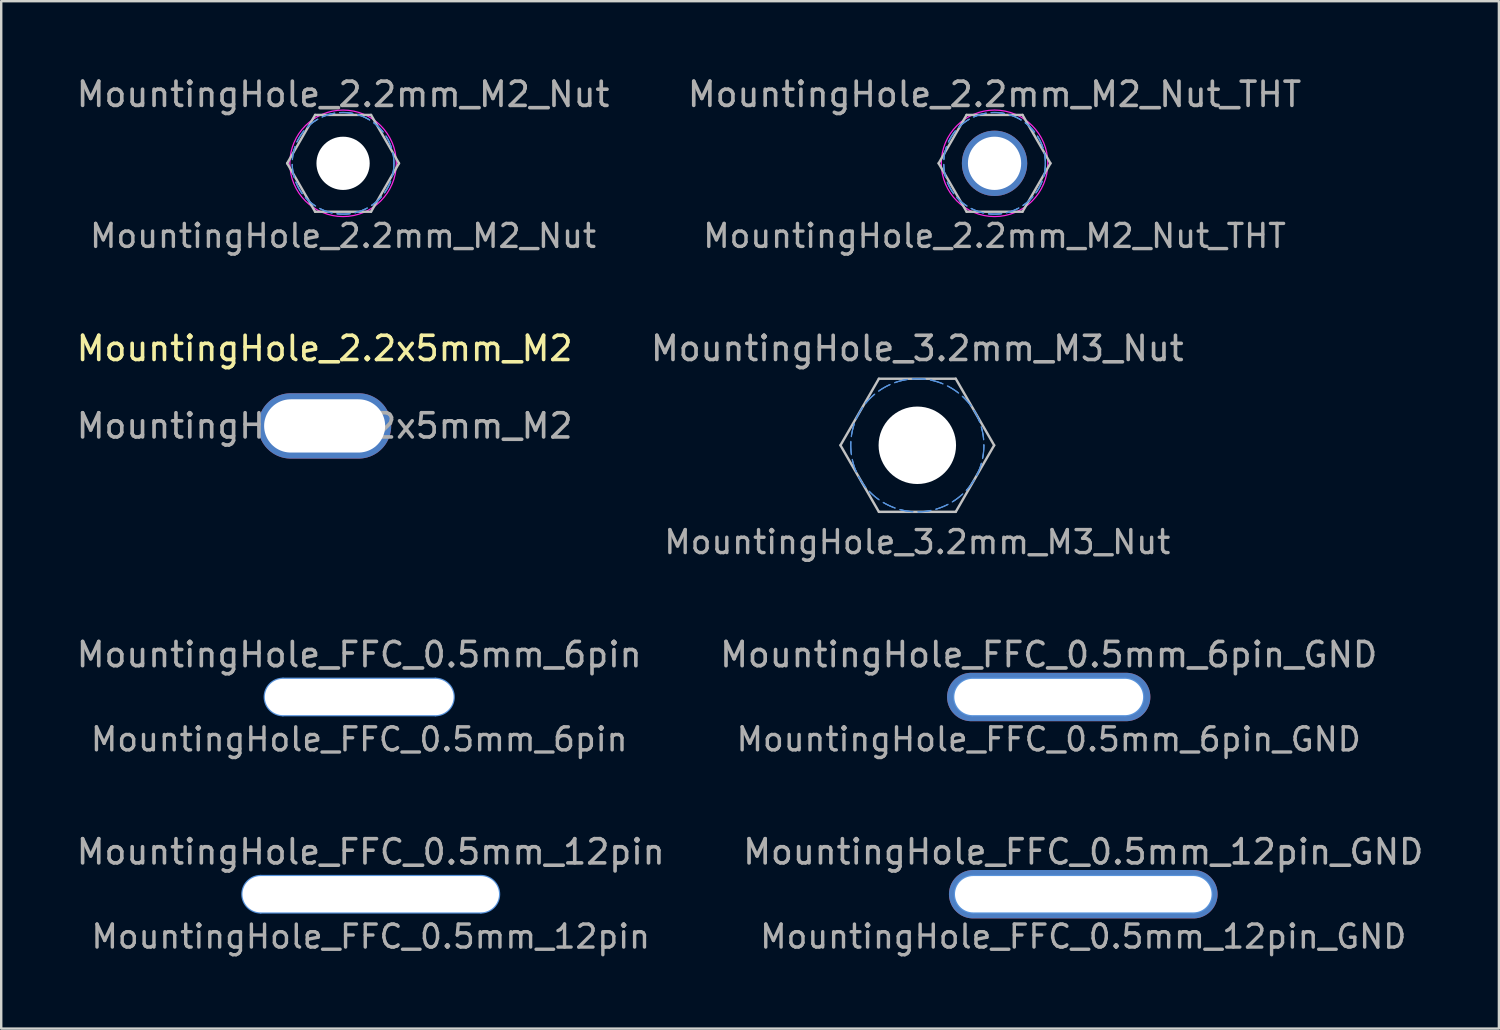
<source format=kicad_pcb>
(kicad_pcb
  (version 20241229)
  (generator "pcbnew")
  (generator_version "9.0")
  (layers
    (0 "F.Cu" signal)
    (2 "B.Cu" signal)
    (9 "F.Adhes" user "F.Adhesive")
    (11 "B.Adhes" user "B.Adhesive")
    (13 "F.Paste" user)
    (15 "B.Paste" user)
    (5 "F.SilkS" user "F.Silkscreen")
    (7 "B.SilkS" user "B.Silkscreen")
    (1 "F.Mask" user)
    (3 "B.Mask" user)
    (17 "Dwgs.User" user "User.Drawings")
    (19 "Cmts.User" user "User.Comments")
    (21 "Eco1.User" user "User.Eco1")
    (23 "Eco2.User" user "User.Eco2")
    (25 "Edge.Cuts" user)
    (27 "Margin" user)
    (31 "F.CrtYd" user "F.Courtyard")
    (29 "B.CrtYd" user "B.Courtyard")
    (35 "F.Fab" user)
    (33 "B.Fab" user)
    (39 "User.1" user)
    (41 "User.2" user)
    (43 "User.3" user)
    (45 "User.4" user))
  (footprint "MountingHole_2.2mm_M2_Nut_THT"
    (layer "F.Cu")
    (at 38.042 3.698)
    (property "Reference" "MountingHole_2.2mm_M2_Nut_THT" (at 0 -2.85 0) (layer "F.Fab") (effects (font (size 1 1) (thickness 0.15))))
    (attr exclude_from_pos_files exclude_from_bom)
    (fp_line (start -2.31 0.000259) (end -1.155 -2) (stroke (width 0.1) (type solid)) (layer "Dwgs.User"))
    (fp_line (start -1.155 -2) (end 1.155 -2) (stroke (width 0.1) (type solid)) (layer "Dwgs.User"))
    (fp_line (start -1.155 2) (end 1.155 2) (stroke (width 0.1) (type solid)) (layer "Dwgs.User"))
    (fp_line (start -1.155 2) (end -2.31 -0.000259) (stroke (width 0.1) (type solid)) (layer "Dwgs.User"))
    (fp_line (start 1.155 2) (end 2.31 -0.000259) (stroke (width 0.1) (type solid)) (layer "Dwgs.User"))
    (fp_line (start 2.31 0.000259) (end 1.155 -2) (stroke (width 0.1) (type solid)) (layer "Dwgs.User"))
    (fp_circle (center 0 0) (end 2.1 0) (stroke (width 0.05) (type dash)) (fill no) (layer "Cmts.User"))
    (fp_circle (center 0 0) (end 1.9 0) (stroke (width 0.05) (type dash)) (fill no) (layer "Eco1.User"))
    (fp_circle (center 0 0) (end 2.2 0) (stroke (width 0.05) (type solid)) (fill no) (layer "F.CrtYd"))
    (fp_text user "${REFERENCE}" (at 0 3 0) (layer "F.Fab") (effects (font (size 0.95 0.95) (thickness 0.14))))
    (pad "1" thru_hole circle (at 0 0) (size 2.7 2.7) (drill 2.2) (layers "*.Cu")))
  (footprint "MountingHole_FFC_0.5mm_12pin_GND"
    (layer "F.Cu")
    (at 41.708 33.897)
    (property "Reference" "MountingHole_FFC_0.5mm_12pin_GND" (at 0 -1.75 0) (layer "F.Fab") (effects (font (size 1 1) (thickness 0.15))))
    (attr exclude_from_pos_files exclude_from_bom)
    (fp_line (start -4.55 0.75) (end 4.55 0.75) (stroke (width 0.1) (type default)) (layer "Cmts.User"))
    (fp_line (start 4.55 -0.75) (end -4.55 -0.75) (stroke (width 0.1) (type default)) (layer "Cmts.User"))
    (fp_arc (start -4.55 0.75) (mid -5.3 0) (end -4.55 -0.75) (stroke (width 0.1) (type default)) (layer "Cmts.User"))
    (fp_arc (start 4.55 -0.75) (mid 5.3 0) (end 4.55 0.75) (stroke (width 0.1) (type default)) (layer "Cmts.User"))
    (fp_text user "${REFERENCE}" (at 0 1.75 0) (layer "F.Fab") (effects (font (size 0.95 0.95) (thickness 0.14))))
    (pad "1" thru_hole oval (at 0 0) (size 11.1 2) (drill oval 10.6 1.5) (layers "*.Cu")))
  (footprint "MountingHole_FFC_0.5mm_12pin"
    (layer "F.Cu")
    (at 12.268 33.897)
    (property "Reference" "MountingHole_FFC_0.5mm_12pin" (at 0 -1.75 0) (layer "F.Fab") (effects (font (size 1 1) (thickness 0.15))))
    (attr exclude_from_pos_files exclude_from_bom)
    (fp_line (start -4.55 0.75) (end 4.55 0.75) (stroke (width 0.1) (type default)) (layer "Cmts.User"))
    (fp_line (start 4.55 -0.75) (end -4.55 -0.75) (stroke (width 0.1) (type default)) (layer "Cmts.User"))
    (fp_arc (start -4.55 0.75) (mid -5.3 0) (end -4.55 -0.75) (stroke (width 0.1) (type default)) (layer "Cmts.User"))
    (fp_arc (start 4.55 -0.75) (mid 5.3 0) (end 4.55 0.75) (stroke (width 0.1) (type default)) (layer "Cmts.User"))
    (fp_text user "${REFERENCE}" (at 0 1.75 0) (layer "F.Fab") (effects (font (size 0.95 0.95) (thickness 0.14))))
    (pad "" np_thru_hole oval (at 0 0) (size 10.6 1.5) (drill oval 10.6 1.5) (layers "*.Cu" "*.Mask")))
  (footprint "MountingHole_FFC_0.5mm_6pin_GND"
    (layer "F.Cu")
    (at 40.28 25.748)
    (property "Reference" "MountingHole_FFC_0.5mm_6pin_GND" (at 0 -1.75 0) (layer "F.Fab") (effects (font (size 1 1) (thickness 0.15))))
    (attr exclude_from_pos_files exclude_from_bom)
    (fp_line (start -3.151 -0.75) (end 3.15 -0.75) (stroke (width 0.1) (type default)) (layer "Cmts.User"))
    (fp_line (start 3.15 0.75) (end -3.151 0.75) (stroke (width 0.1) (type default)) (layer "Cmts.User"))
    (fp_arc (start -3.1505 0.75) (mid -3.9005 0) (end -3.1505 -0.75) (stroke (width 0.1) (type default)) (layer "Cmts.User"))
    (fp_arc (start 3.15 -0.75) (mid 3.9 0) (end 3.15 0.75) (stroke (width 0.1) (type default)) (layer "Cmts.User"))
    (fp_text user "${REFERENCE}" (at 0 1.75 0) (layer "F.Fab") (effects (font (size 0.95 0.95) (thickness 0.14))))
    (pad "1" thru_hole oval (at 0 0) (size 8.4 2) (drill oval 7.8 1.5) (layers "*.Cu")))
  (footprint "MountingHole_FFC_0.5mm_6pin"
    (layer "F.Cu")
    (at 11.792 25.748)
    (property "Reference" "MountingHole_FFC_0.5mm_6pin" (at 0 -1.75 0) (layer "F.Fab") (effects (font (size 1 1) (thickness 0.15))))
    (attr exclude_from_pos_files exclude_from_bom)
    (fp_line (start -3.151 -0.75) (end 3.15 -0.75) (stroke (width 0.1) (type default)) (layer "Cmts.User"))
    (fp_line (start 3.15 0.75) (end -3.151 0.75) (stroke (width 0.1) (type default)) (layer "Cmts.User"))
    (fp_arc (start -3.1505 0.75) (mid -3.9005 0) (end -3.1505 -0.75) (stroke (width 0.1) (type default)) (layer "Cmts.User"))
    (fp_arc (start 3.15 -0.75) (mid 3.9 0) (end 3.15 0.75) (stroke (width 0.1) (type default)) (layer "Cmts.User"))
    (fp_text user "${REFERENCE}" (at 0 1.75 0) (layer "F.Fab") (effects (font (size 0.95 0.95) (thickness 0.14))))
    (pad "" np_thru_hole oval (at 0 0) (size 7.8 1.5) (drill oval 7.8 1.5) (layers "*.Cu" "*.Mask")))
  (footprint "MountingHole_2.2x5mm_M2"
    (layer "F.Cu")
    (at 10.363 14.548)
    (property "Reference" "MountingHole_2.2x5mm_M2" (at 0 -3.2 0) (layer "F.SilkS") (effects (font (size 1 1) (thickness 0.15))))
    (attr exclude_from_pos_files)
    (fp_text user "${REFERENCE}" (at 0 0 0) (layer "F.Fab") (effects (font (size 1 1) (thickness 0.15))))
    (pad "1" thru_hole oval (at 0 0) (size 5.5 2.7) (drill oval 5 2.2) (layers "*.Cu" "*.Mask")))
  (footprint "MountingHole_3.2mm_M3_Nut"
    (layer "F.Cu")
    (at 34.851 15.348)
    (property "Reference" "MountingHole_3.2mm_M3_Nut" (at 0 -4 0) (layer "F.Fab") (effects (font (size 1 1) (thickness 0.15))))
    (attr exclude_from_pos_files exclude_from_bom)
    (fp_line (start -3.175 -0.000185) (end -1.588 -2.75) (stroke (width 0.1) (type solid)) (layer "Dwgs.User"))
    (fp_line (start -3.175 0.000185) (end -1.588 2.75) (stroke (width 0.1) (type solid)) (layer "Dwgs.User"))
    (fp_line (start 1.587 -2.75) (end -1.587 -2.75) (stroke (width 0.1) (type solid)) (layer "Dwgs.User"))
    (fp_line (start 1.587 2.75) (end -1.587 2.75) (stroke (width 0.1) (type solid)) (layer "Dwgs.User"))
    (fp_line (start 1.588 -2.75) (end 3.175 -0.000185) (stroke (width 0.1) (type solid)) (layer "Dwgs.User"))
    (fp_line (start 1.588 2.75) (end 3.175 0.000185) (stroke (width 0.1) (type solid)) (layer "Dwgs.User"))
    (fp_circle (center 0 0) (end 2.75 0) (stroke (width 0.05) (type dash)) (fill no) (layer "Cmts.User"))
    (fp_text user "${REFERENCE}" (at 0 4 0) (layer "F.Fab") (effects (font (size 0.95 0.95) (thickness 0.14))))
    (pad "" np_thru_hole circle (at 0 0 240) (size 3.2 3.2) (drill 3.2) (layers "*.Cu" "*.Mask")))
  (footprint "MountingHole_2.2mm_M2_Nut"
    (layer "F.Cu")
    (at 11.125 3.698)
    (property "Reference" "MountingHole_2.2mm_M2_Nut" (at 0 -2.85 0) (layer "F.Fab") (effects (font (size 1 1) (thickness 0.15))))
    (attr exclude_from_pos_files exclude_from_bom)
    (fp_line (start -2.31 0.000259) (end -1.155 -2) (stroke (width 0.1) (type solid)) (layer "Dwgs.User"))
    (fp_line (start -1.155 -2) (end 1.155 -2) (stroke (width 0.1) (type solid)) (layer "Dwgs.User"))
    (fp_line (start -1.155 2) (end 1.155 2) (stroke (width 0.1) (type solid)) (layer "Dwgs.User"))
    (fp_line (start -1.155 2) (end -2.31 -0.000259) (stroke (width 0.1) (type solid)) (layer "Dwgs.User"))
    (fp_line (start 1.155 2) (end 2.31 -0.000259) (stroke (width 0.1) (type solid)) (layer "Dwgs.User"))
    (fp_line (start 2.31 0.000259) (end 1.155 -2) (stroke (width 0.1) (type solid)) (layer "Dwgs.User"))
    (fp_circle (center 0 0) (end 2.1 0) (stroke (width 0.05) (type dash)) (fill no) (layer "Cmts.User"))
    (fp_circle (center 0 0) (end 1.9 0) (stroke (width 0.05) (type dash)) (fill no) (layer "Eco1.User"))
    (fp_circle (center 0 0) (end 2.2 0) (stroke (width 0.05) (type solid)) (fill no) (layer "F.CrtYd"))
    (fp_text user "${REFERENCE}" (at 0 3 0) (layer "F.Fab") (effects (font (size 0.95 0.95) (thickness 0.14))))
    (pad "" np_thru_hole circle (at 0 0) (size 2.2 2.2) (drill 2.2) (layers "*.Cu" "*.Mask")))
  (gr_rect
    (start -3 -3)
    (end 58.881 39.449)
    (stroke (width 0.1) (type default))
    (fill no)
    (layer "Edge.Cuts")))
</source>
